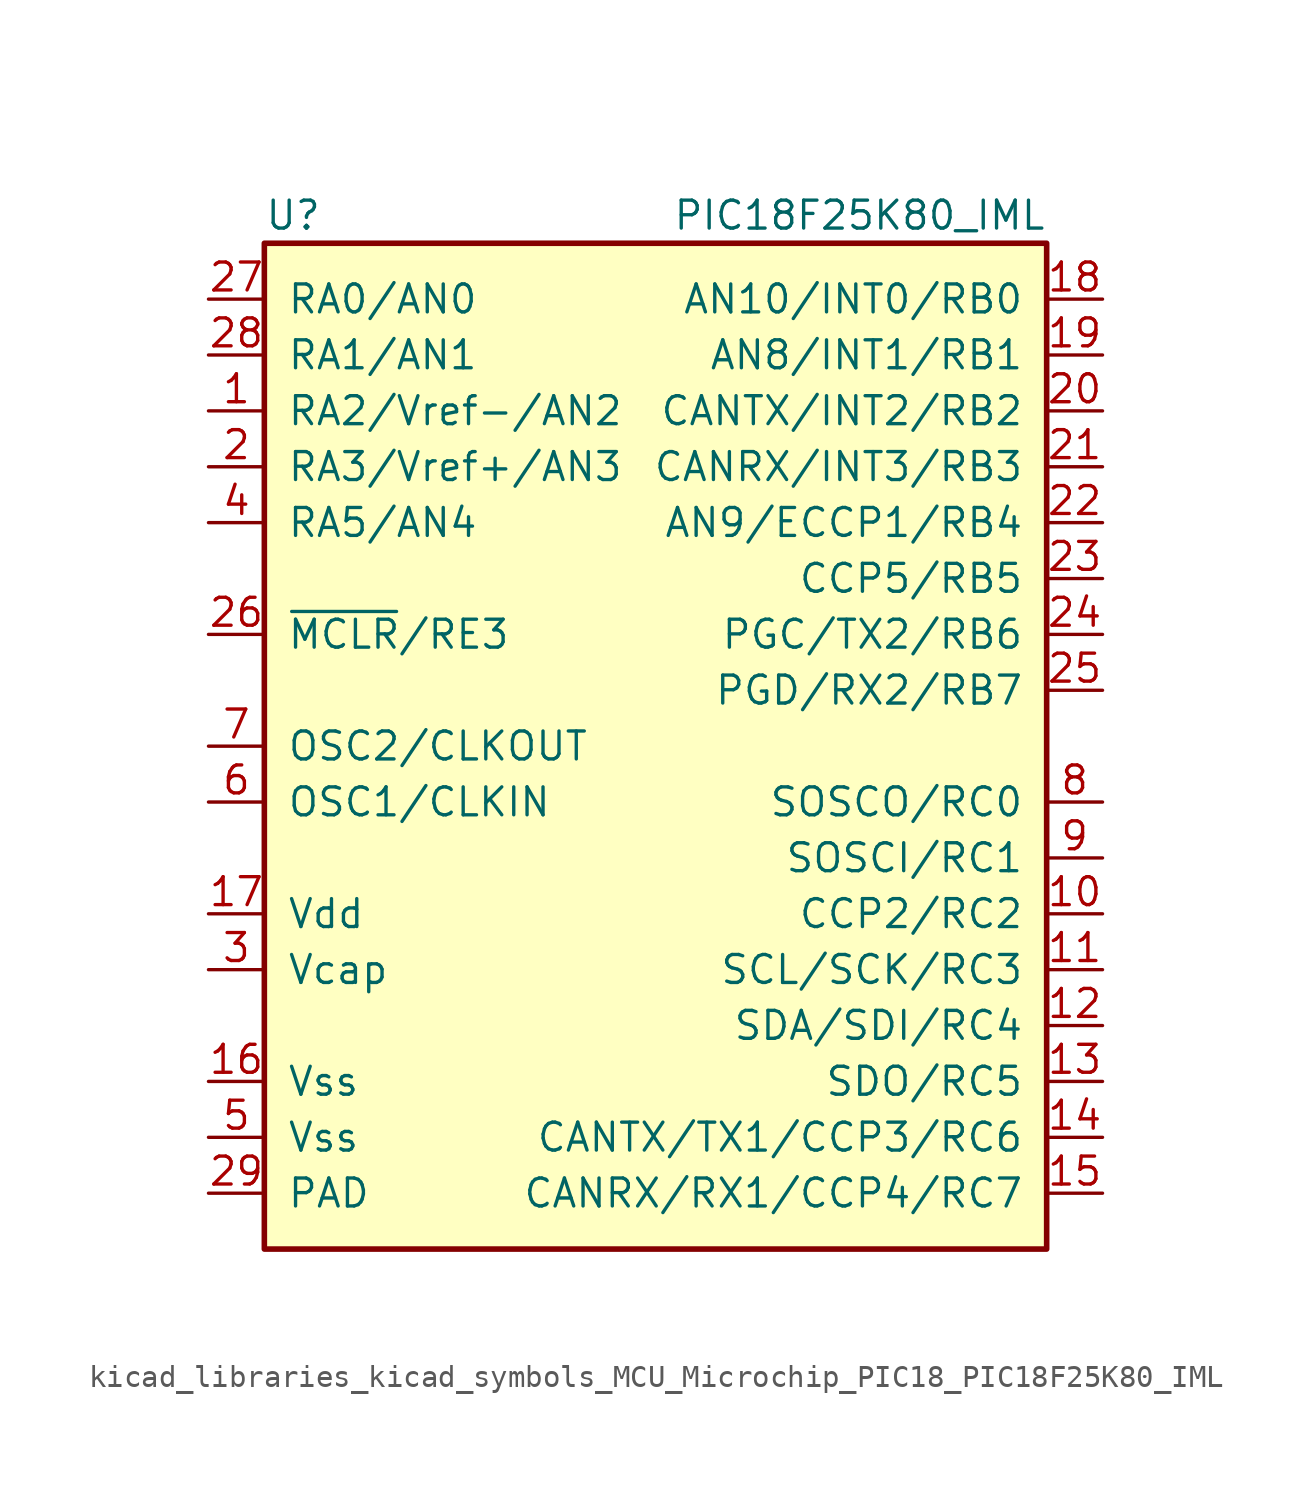
<source format=kicad_sym>
(kicad_symbol_lib
  (version 20220914)
  (generator kicad_symbol_editor)
  (symbol "kicad_libraries_kicad_symbols_MCU_Microchip_PIC18_PIC18F25K80_IML"
    (pin_names
      (offset 1.016))
    (property "Reference" "U"
      (at -17.78 24.13 0)
      (effects (font (size 1.27 1.27)) (justify left)))
    (property "Value" "PIC18F25K80_IML"
      (at 17.78 24.13 0)
      (effects (font (size 1.27 1.27)) (justify right)))
    (symbol "kicad_libraries_kicad_symbols_MCU_Microchip_PIC18_PIC18F25K80_IML_0_1"
      (rectangle (start -17.78 22.86) (end 17.78 -22.86) (stroke (width 0.254) (type default)) (fill (type background))))
    (symbol "kicad_libraries_kicad_symbols_MCU_Microchip_PIC18_PIC18F25K80_IML_1_1"
      (pin bidirectional line (at -20.32 15.24 0) (length 2.54) (name "RA2/Vref-/AN2" (effects (font (size 1.27 1.27)))) (number "1" (effects (font (size 1.27 1.27)))))
      (pin bidirectional line (at 20.32 -7.62 180) (length 2.54) (name "CCP2/RC2" (effects (font (size 1.27 1.27)))) (number "10" (effects (font (size 1.27 1.27)))))
      (pin bidirectional line (at 20.32 -10.16 180) (length 2.54) (name "SCL/SCK/RC3" (effects (font (size 1.27 1.27)))) (number "11" (effects (font (size 1.27 1.27)))))
      (pin bidirectional line (at 20.32 -12.7 180) (length 2.54) (name "SDA/SDI/RC4" (effects (font (size 1.27 1.27)))) (number "12" (effects (font (size 1.27 1.27)))))
      (pin bidirectional line (at 20.32 -15.24 180) (length 2.54) (name "SDO/RC5" (effects (font (size 1.27 1.27)))) (number "13" (effects (font (size 1.27 1.27)))))
      (pin bidirectional line (at 20.32 -17.78 180) (length 2.54) (name "CANTX/TX1/CCP3/RC6" (effects (font (size 1.27 1.27)))) (number "14" (effects (font (size 1.27 1.27)))))
      (pin bidirectional line (at 20.32 -20.32 180) (length 2.54) (name "CANRX/RX1/CCP4/RC7" (effects (font (size 1.27 1.27)))) (number "15" (effects (font (size 1.27 1.27)))))
      (pin power_in line (at -20.32 -15.24 0) (length 2.54) (name "Vss" (effects (font (size 1.27 1.27)))) (number "16" (effects (font (size 1.27 1.27)))))
      (pin power_in line (at -20.32 -7.62 0) (length 2.54) (name "Vdd" (effects (font (size 1.27 1.27)))) (number "17" (effects (font (size 1.27 1.27)))))
      (pin bidirectional line (at 20.32 20.32 180) (length 2.54) (name "AN10/INT0/RB0" (effects (font (size 1.27 1.27)))) (number "18" (effects (font (size 1.27 1.27)))))
      (pin bidirectional line (at 20.32 17.78 180) (length 2.54) (name "AN8/INT1/RB1" (effects (font (size 1.27 1.27)))) (number "19" (effects (font (size 1.27 1.27)))))
      (pin bidirectional line (at -20.32 12.7 0) (length 2.54) (name "RA3/Vref+/AN3" (effects (font (size 1.27 1.27)))) (number "2" (effects (font (size 1.27 1.27)))))
      (pin bidirectional line (at 20.32 15.24 180) (length 2.54) (name "CANTX/INT2/RB2" (effects (font (size 1.27 1.27)))) (number "20" (effects (font (size 1.27 1.27)))))
      (pin bidirectional line (at 20.32 12.7 180) (length 2.54) (name "CANRX/INT3/RB3" (effects (font (size 1.27 1.27)))) (number "21" (effects (font (size 1.27 1.27)))))
      (pin bidirectional line (at 20.32 10.16 180) (length 2.54) (name "AN9/ECCP1/RB4" (effects (font (size 1.27 1.27)))) (number "22" (effects (font (size 1.27 1.27)))))
      (pin bidirectional line (at 20.32 7.62 180) (length 2.54) (name "CCP5/RB5" (effects (font (size 1.27 1.27)))) (number "23" (effects (font (size 1.27 1.27)))))
      (pin bidirectional line (at 20.32 5.08 180) (length 2.54) (name "PGC/TX2/RB6" (effects (font (size 1.27 1.27)))) (number "24" (effects (font (size 1.27 1.27)))))
      (pin bidirectional line (at 20.32 2.54 180) (length 2.54) (name "PGD/RX2/RB7" (effects (font (size 1.27 1.27)))) (number "25" (effects (font (size 1.27 1.27)))))
      (pin bidirectional line (at -20.32 5.08 0) (length 2.54) (name "~{MCLR}/RE3" (effects (font (size 1.27 1.27)))) (number "26" (effects (font (size 1.27 1.27)))))
      (pin bidirectional line (at -20.32 20.32 0) (length 2.54) (name "RA0/AN0" (effects (font (size 1.27 1.27)))) (number "27" (effects (font (size 1.27 1.27)))))
      (pin bidirectional line (at -20.32 17.78 0) (length 2.54) (name "RA1/AN1" (effects (font (size 1.27 1.27)))) (number "28" (effects (font (size 1.27 1.27)))))
      (pin power_in line (at -20.32 -20.32 0) (length 2.54) (name "PAD" (effects (font (size 1.27 1.27)))) (number "29" (effects (font (size 1.27 1.27)))))
      (pin power_in line (at -20.32 -10.16 0) (length 2.54) (name "Vcap" (effects (font (size 1.27 1.27)))) (number "3" (effects (font (size 1.27 1.27)))))
      (pin bidirectional line (at -20.32 10.16 0) (length 2.54) (name "RA5/AN4" (effects (font (size 1.27 1.27)))) (number "4" (effects (font (size 1.27 1.27)))))
      (pin power_in line (at -20.32 -17.78 0) (length 2.54) (name "Vss" (effects (font (size 1.27 1.27)))) (number "5" (effects (font (size 1.27 1.27)))))
      (pin input line (at -20.32 -2.54 0) (length 2.54) (name "OSC1/CLKIN" (effects (font (size 1.27 1.27)))) (number "6" (effects (font (size 1.27 1.27)))))
      (pin input line (at -20.32 0 0) (length 2.54) (name "OSC2/CLKOUT" (effects (font (size 1.27 1.27)))) (number "7" (effects (font (size 1.27 1.27)))))
      (pin bidirectional line (at 20.32 -2.54 180) (length 2.54) (name "SOSCO/RC0" (effects (font (size 1.27 1.27)))) (number "8" (effects (font (size 1.27 1.27)))))
      (pin bidirectional line (at 20.32 -5.08 180) (length 2.54) (name "SOSCI/RC1" (effects (font (size 1.27 1.27)))) (number "9" (effects (font (size 1.27 1.27))))))))
</source>
